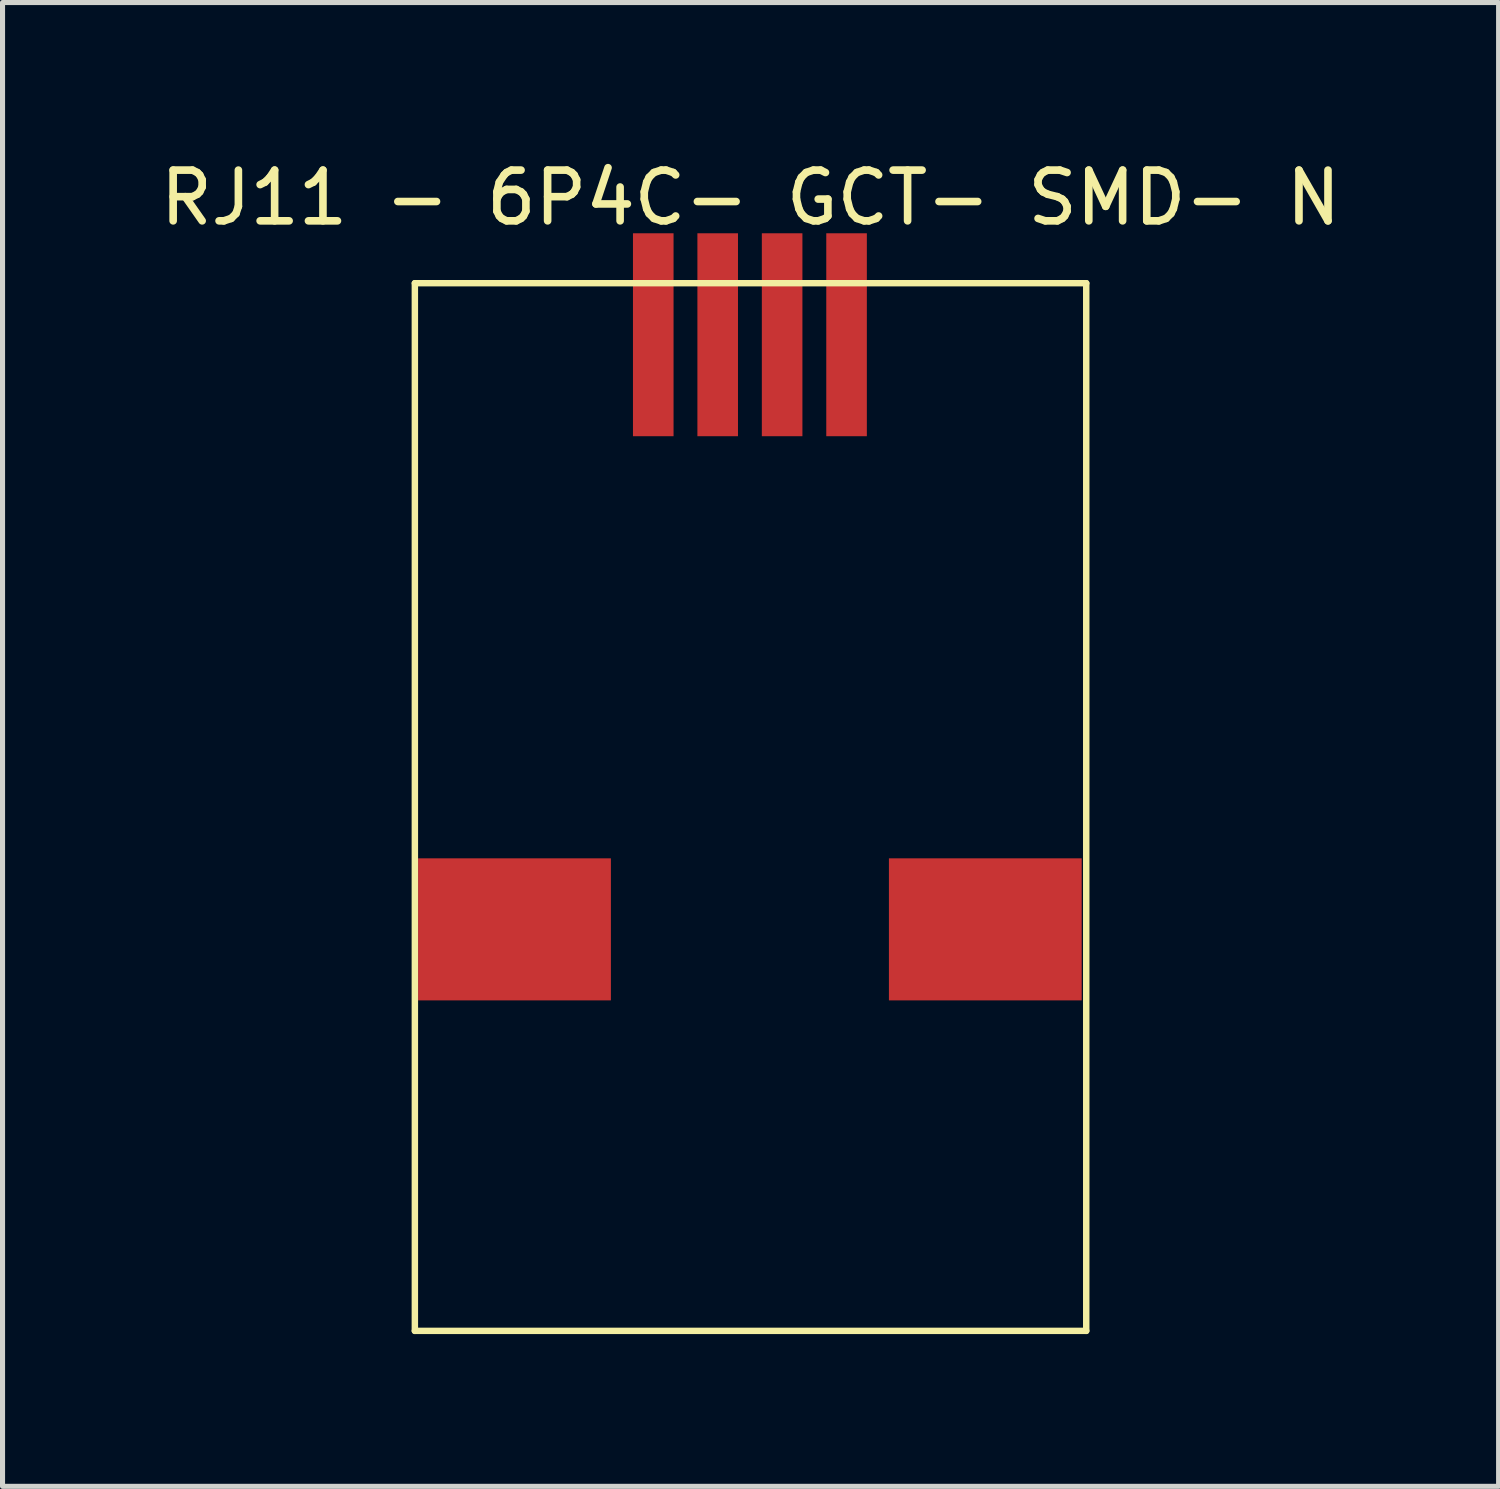
<source format=kicad_pcb>
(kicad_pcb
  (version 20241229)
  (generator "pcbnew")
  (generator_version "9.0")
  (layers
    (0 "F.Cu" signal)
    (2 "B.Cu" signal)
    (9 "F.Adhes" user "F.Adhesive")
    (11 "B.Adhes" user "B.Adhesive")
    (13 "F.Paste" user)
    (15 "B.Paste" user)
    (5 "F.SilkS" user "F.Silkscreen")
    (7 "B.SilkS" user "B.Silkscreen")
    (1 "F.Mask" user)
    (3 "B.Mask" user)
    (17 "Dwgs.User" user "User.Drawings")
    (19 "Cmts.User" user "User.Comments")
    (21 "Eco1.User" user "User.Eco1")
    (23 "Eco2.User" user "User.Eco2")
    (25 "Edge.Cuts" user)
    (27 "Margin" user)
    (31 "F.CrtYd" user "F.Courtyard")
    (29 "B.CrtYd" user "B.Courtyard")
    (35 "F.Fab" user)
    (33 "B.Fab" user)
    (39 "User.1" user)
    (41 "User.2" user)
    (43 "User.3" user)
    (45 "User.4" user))
  (footprint "RJ11 - 6P4C- GCT- SMD- N"
    (layer "F.Cu")
    (at 11.731 3.548)
    (property "Reference" "RJ11 - 6P4C- GCT- SMD- N" (at 0.013 -2.7 0) (layer "F.SilkS") (effects (font (size 1 1) (thickness 0.15))))
    (fp_line (start -6.604 -1.016) (end 6.629 -1.016) (stroke (width 0.127) (type solid)) (layer "F.SilkS"))
    (fp_line (start -6.604 19.634) (end -6.604 -1.016) (stroke (width 0.127) (type solid)) (layer "F.SilkS"))
    (fp_line (start -6.604 19.634) (end 6.629 19.634) (stroke (width 0.127) (type solid)) (layer "F.SilkS"))
    (fp_line (start 6.629 19.634) (end 6.629 -1.016) (stroke (width 0.127) (type solid)) (layer "F.SilkS"))
    (pad "0" smd rect (at -4.64 11.72) (size 3.8 2.8) (layers "F.Cu" "F.Mask" "F.Paste"))
    (pad "0" smd rect (at 4.64 11.72) (size 3.8 2.8) (layers "F.Cu" "F.Mask" "F.Paste"))
    (pad "A" smd rect (at -0.635 0 180) (size 0.8 4) (layers "F.Cu" "F.Mask" "F.Paste"))
    (pad "B" smd rect (at 0.635 0 180) (size 0.8 4) (layers "F.Cu" "F.Mask" "F.Paste"))
    (pad "GND" smd rect (at -1.905 0 180) (size 0.8 4) (layers "F.Cu" "F.Mask" "F.Paste"))
    (pad "VCC" smd rect (at 1.905 0 180) (size 0.8 4) (layers "F.Cu" "F.Mask" "F.Paste")))
  (gr_rect
    (start -3 -3)
    (end 26.488 26.246)
    (stroke (width 0.1) (type default))
    (fill no)
    (layer "Edge.Cuts")))
</source>
